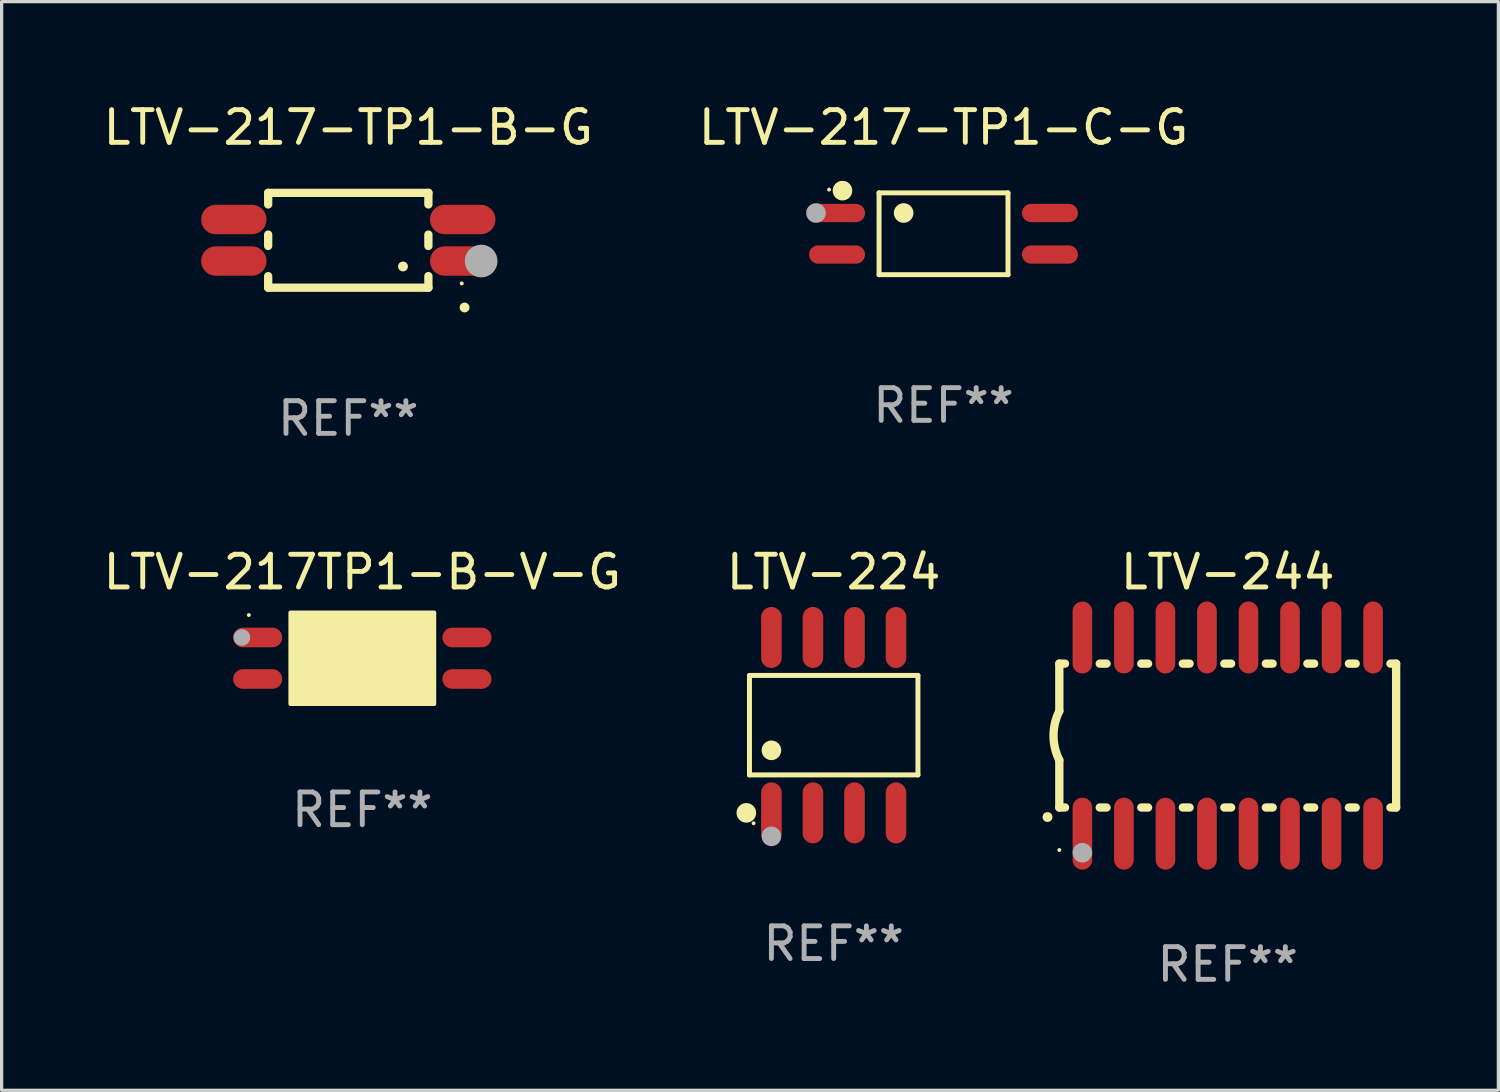
<source format=kicad_pcb>
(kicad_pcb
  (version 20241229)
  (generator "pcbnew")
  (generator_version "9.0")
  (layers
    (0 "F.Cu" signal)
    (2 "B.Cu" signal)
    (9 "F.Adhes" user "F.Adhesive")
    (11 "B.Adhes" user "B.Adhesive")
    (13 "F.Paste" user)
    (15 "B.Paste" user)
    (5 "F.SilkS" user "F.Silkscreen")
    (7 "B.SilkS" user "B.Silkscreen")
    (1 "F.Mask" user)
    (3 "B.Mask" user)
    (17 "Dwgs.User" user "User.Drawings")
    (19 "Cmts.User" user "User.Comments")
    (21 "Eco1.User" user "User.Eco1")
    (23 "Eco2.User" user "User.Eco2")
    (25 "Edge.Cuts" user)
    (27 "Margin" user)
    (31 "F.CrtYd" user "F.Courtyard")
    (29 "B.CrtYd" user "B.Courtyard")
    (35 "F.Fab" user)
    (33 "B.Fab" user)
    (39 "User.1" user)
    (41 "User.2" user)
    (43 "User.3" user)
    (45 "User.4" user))
  (footprint "LTV-217-TP1-B-G"
    (layer "F.Cu")
    (at 7.601 4.298)
    (property "Reference" "LTV-217-TP1-B-G" (at 0 -3.45 0) (layer "F.SilkS") (effects (font (size 1 1) (thickness 0.15))))
    (attr through_hole)
    (fp_line (start -2.45 -1.45) (end 2.45 -1.45) (stroke (width 0.254) (type solid)) (layer "F.SilkS"))
    (fp_line (start -2.45 -1.097) (end -2.45 -1.45) (stroke (width 0.254) (type solid)) (layer "F.SilkS"))
    (fp_line (start -2.45 0.173) (end -2.45 -0.173) (stroke (width 0.254) (type solid)) (layer "F.SilkS"))
    (fp_line (start -2.45 1.45) (end -2.45 1.097) (stroke (width 0.254) (type solid)) (layer "F.SilkS"))
    (fp_line (start -2.45 1.45) (end 2.45 1.45) (stroke (width 0.254) (type solid)) (layer "F.SilkS"))
    (fp_line (start 2.45 -1.096) (end 2.45 -1.45) (stroke (width 0.254) (type solid)) (layer "F.SilkS"))
    (fp_line (start 2.45 0.174) (end 2.45 -0.174) (stroke (width 0.254) (type solid)) (layer "F.SilkS"))
    (fp_line (start 2.45 1.45) (end 2.45 1.096) (stroke (width 0.254) (type solid)) (layer "F.SilkS"))
    (fp_arc (start 1.671882 0.801372) (mid 1.673152 0.801367) (end 1.674422 0.801372) (stroke (width 0.3) (type solid)) (layer "F.SilkS"))
    (fp_arc (start 3.554737 2.054991) (mid 3.556007 2.054986) (end 3.557277 2.054991) (stroke (width 0.3) (type solid)) (layer "F.SilkS"))
    (fp_circle (center 3.47 1.32) (end 3.5 1.32) (stroke (width 0.06) (type solid)) (fill no) (layer "F.SilkS"))
    (fp_circle (center 4.064 0.635) (end 4.314 0.635) (stroke (width 0.5) (type solid)) (fill no) (layer "F.Fab"))
    (fp_text user "REF**" (at 0 5.45 0) (layer "F.Fab") (effects (font (size 1 1) (thickness 0.15))))
    (pad "1" smd oval (at 3.5 0.635 270) (size 0.9 2) (layers "F.Cu" "F.Mask" "F.Paste"))
    (pad "2" smd oval (at 3.5 -0.635 270) (size 0.9 2) (layers "F.Cu" "F.Mask" "F.Paste"))
    (pad "3" smd oval (at -3.5 -0.635 270) (size 0.9 2) (layers "F.Cu" "F.Mask" "F.Paste"))
    (pad "4" smd oval (at -3.5 0.635 270) (size 0.9 2) (layers "F.Cu" "F.Mask" "F.Paste")))
  (footprint "LTV-217TP1-B-V-G"
    (layer "F.Cu")
    (at 8.03 17.08)
    (property "Reference" "LTV-217TP1-B-V-G" (at 0 -2.635 0) (layer "F.SilkS") (effects (font (size 1 1) (thickness 0.15))))
    (attr through_hole)
    (fp_arc (start -0.850241 -0.924663) (mid -0.847701 -0.924679) (end -0.845161 -0.924663) (stroke (width 0.4) (type solid)) (layer "F.SilkS"))
    (fp_circle (center -3.47 -1.32) (end -3.44 -1.32) (stroke (width 0.06) (type solid)) (fill no) (layer "F.SilkS"))
    (fp_poly (pts (xy -2.2 -1.4) (xy 2.2 -1.4) (xy 2.2 1.4) (xy -2.2 1.4)) (stroke (width 0.12) (type solid)) (fill yes) (layer "F.SilkS"))
    (fp_circle (center -3.683 -0.635) (end -3.556 -0.635) (stroke (width 0.254) (type solid)) (fill no) (layer "F.Fab"))
    (fp_text user "REF**" (at 0 4.635 0) (layer "F.Fab") (effects (font (size 1 1) (thickness 0.15))))
    (pad "1" smd oval (at -3.2 -0.635 90) (size 0.6 1.5) (layers "F.Cu" "F.Mask" "F.Paste"))
    (pad "2" smd oval (at -3.2 0.635 90) (size 0.6 1.5) (layers "F.Cu" "F.Mask" "F.Paste"))
    (pad "3" smd oval (at 3.2 0.635 90) (size 0.6 1.5) (layers "F.Cu" "F.Mask" "F.Paste"))
    (pad "4" smd oval (at 3.2 -0.635 90) (size 0.6 1.5) (layers "F.Cu" "F.Mask" "F.Paste")))
  (footprint "LTV-217-TP1-C-G"
    (layer "F.Cu")
    (at 25.804 4.099)
    (property "Reference" "LTV-217-TP1-C-G" (at 0 -3.251 0) (layer "F.SilkS") (effects (font (size 1 1) (thickness 0.15))))
    (attr through_hole)
    (fp_line (start -1.971 -1.251) (end 1.972 -1.251) (stroke (width 0.152) (type solid)) (layer "F.SilkS"))
    (fp_line (start -1.971 1.251) (end -1.971 -1.251) (stroke (width 0.152) (type solid)) (layer "F.SilkS"))
    (fp_line (start 1.972 -1.251) (end 1.972 1.251) (stroke (width 0.152) (type solid)) (layer "F.SilkS"))
    (fp_line (start 1.972 1.251) (end -1.971 1.251) (stroke (width 0.152) (type solid)) (layer "F.SilkS"))
    (fp_circle (center -3.5 -1.35) (end -3.47 -1.35) (stroke (width 0.06) (type solid)) (fill no) (layer "F.SilkS"))
    (fp_circle (center -3.09 -1.319) (end -2.94 -1.319) (stroke (width 0.3) (type solid)) (fill no) (layer "F.SilkS"))
    (fp_circle (center -1.219 -0.635) (end -1.069 -0.635) (stroke (width 0.3) (type solid)) (fill no) (layer "F.SilkS"))
    (fp_circle (center -3.9 -0.635) (end -3.75 -0.635) (stroke (width 0.3) (type solid)) (fill no) (layer "F.Fab"))
    (fp_text user "REF**" (at 0 5.251 0) (layer "F.Fab") (effects (font (size 1 1) (thickness 0.15))))
    (pad "1" smd oval (at -3.255 -0.635 270) (size 0.56 1.71) (layers "F.Cu" "F.Mask" "F.Paste"))
    (pad "2" smd oval (at -3.255 0.635 270) (size 0.56 1.71) (layers "F.Cu" "F.Mask" "F.Paste"))
    (pad "3" smd oval (at 3.255 0.635 270) (size 0.56 1.71) (layers "F.Cu" "F.Mask" "F.Paste"))
    (pad "4" smd oval (at 3.255 -0.635 270) (size 0.56 1.71) (layers "F.Cu" "F.Mask" "F.Paste")))
  (footprint "LTV-244"
    (layer "F.Cu")
    (at 34.496 19.445)
    (property "Reference" "LTV-244" (at 0 -5 0) (layer "F.SilkS") (effects (font (size 1 1) (thickness 0.15))))
    (attr through_hole)
    (fp_line (start -5.15 -2.2) (end -5.15 -0.75) (stroke (width 0.254) (type solid)) (layer "F.SilkS"))
    (fp_line (start -5.15 -2.2) (end -4.976 -2.2) (stroke (width 0.254) (type solid)) (layer "F.SilkS"))
    (fp_line (start -5.15 2.2) (end -5.15 0.75) (stroke (width 0.254) (type solid)) (layer "F.SilkS"))
    (fp_line (start -5.15 2.2) (end -4.976 2.2) (stroke (width 0.254) (type solid)) (layer "F.SilkS"))
    (fp_line (start -3.914 -2.2) (end -3.706 -2.2) (stroke (width 0.254) (type solid)) (layer "F.SilkS"))
    (fp_line (start -3.914 2.2) (end -3.706 2.2) (stroke (width 0.254) (type solid)) (layer "F.SilkS"))
    (fp_line (start -2.644 -2.2) (end -2.436 -2.2) (stroke (width 0.254) (type solid)) (layer "F.SilkS"))
    (fp_line (start -2.644 2.2) (end -2.436 2.2) (stroke (width 0.254) (type solid)) (layer "F.SilkS"))
    (fp_line (start -1.374 -2.2) (end -1.166 -2.2) (stroke (width 0.254) (type solid)) (layer "F.SilkS"))
    (fp_line (start -1.374 2.2) (end -1.166 2.2) (stroke (width 0.254) (type solid)) (layer "F.SilkS"))
    (fp_line (start -0.104 -2.2) (end 0.104 -2.2) (stroke (width 0.254) (type solid)) (layer "F.SilkS"))
    (fp_line (start -0.104 2.2) (end 0.104 2.2) (stroke (width 0.254) (type solid)) (layer "F.SilkS"))
    (fp_line (start 1.166 -2.2) (end 1.374 -2.2) (stroke (width 0.254) (type solid)) (layer "F.SilkS"))
    (fp_line (start 1.166 2.2) (end 1.374 2.2) (stroke (width 0.254) (type solid)) (layer "F.SilkS"))
    (fp_line (start 2.436 -2.2) (end 2.644 -2.2) (stroke (width 0.254) (type solid)) (layer "F.SilkS"))
    (fp_line (start 2.436 2.2) (end 2.644 2.2) (stroke (width 0.254) (type solid)) (layer "F.SilkS"))
    (fp_line (start 3.706 -2.2) (end 3.914 -2.2) (stroke (width 0.254) (type solid)) (layer "F.SilkS"))
    (fp_line (start 3.706 2.2) (end 3.914 2.2) (stroke (width 0.254) (type solid)) (layer "F.SilkS"))
    (fp_line (start 4.976 -2.2) (end 5.15 -2.2) (stroke (width 0.254) (type solid)) (layer "F.SilkS"))
    (fp_line (start 4.976 2.2) (end 5.15 2.2) (stroke (width 0.254) (type solid)) (layer "F.SilkS"))
    (fp_line (start 5.15 2.2) (end 5.15 -2.2) (stroke (width 0.254) (type solid)) (layer "F.SilkS"))
    (fp_arc (start -5.513081 2.491618) (mid -5.511811 2.491613) (end -5.510541 2.491618) (stroke (width 0.3) (type solid)) (layer "F.SilkS"))
    (fp_arc (start -5.15047 0.751207) (mid -5.327506 0.000556) (end -5.150013 -0.749987) (stroke (width 0.254001) (type solid)) (layer "F.SilkS"))
    (fp_circle (center -5.15 3.5) (end -5.12 3.5) (stroke (width 0.06) (type solid)) (fill no) (layer "F.SilkS"))
    (fp_circle (center -4.445 3.582) (end -4.295 3.582) (stroke (width 0.3) (type solid)) (fill no) (layer "F.Fab"))
    (fp_text user "REF**" (at 0 7 0) (layer "F.Fab") (effects (font (size 1 1) (thickness 0.15))))
    (pad "1" smd oval (at -4.445 3 180) (size 0.6 2.2) (layers "F.Cu" "F.Mask" "F.Paste"))
    (pad "2" smd oval (at -3.175 3 180) (size 0.6 2.2) (layers "F.Cu" "F.Mask" "F.Paste"))
    (pad "3" smd oval (at -1.905 3 180) (size 0.6 2.2) (layers "F.Cu" "F.Mask" "F.Paste"))
    (pad "4" smd oval (at -0.635 3 180) (size 0.6 2.2) (layers "F.Cu" "F.Mask" "F.Paste"))
    (pad "5" smd oval (at 0.635 3 180) (size 0.6 2.2) (layers "F.Cu" "F.Mask" "F.Paste"))
    (pad "6" smd oval (at 1.905 3 180) (size 0.6 2.2) (layers "F.Cu" "F.Mask" "F.Paste"))
    (pad "7" smd oval (at 3.175 3 180) (size 0.6 2.2) (layers "F.Cu" "F.Mask" "F.Paste"))
    (pad "8" smd oval (at 4.445 3 180) (size 0.6 2.2) (layers "F.Cu" "F.Mask" "F.Paste"))
    (pad "9" smd oval (at 4.445 -3 180) (size 0.6 2.2) (layers "F.Cu" "F.Mask" "F.Paste"))
    (pad "10" smd oval (at 3.175 -3 180) (size 0.6 2.2) (layers "F.Cu" "F.Mask" "F.Paste"))
    (pad "11" smd oval (at 1.905 -3 180) (size 0.6 2.2) (layers "F.Cu" "F.Mask" "F.Paste"))
    (pad "12" smd oval (at 0.635 -3 180) (size 0.6 2.2) (layers "F.Cu" "F.Mask" "F.Paste"))
    (pad "13" smd oval (at -0.635 -3 180) (size 0.6 2.2) (layers "F.Cu" "F.Mask" "F.Paste"))
    (pad "14" smd oval (at -1.905 -3 180) (size 0.6 2.2) (layers "F.Cu" "F.Mask" "F.Paste"))
    (pad "15" smd oval (at -3.175 -3 180) (size 0.6 2.2) (layers "F.Cu" "F.Mask" "F.Paste"))
    (pad "16" smd oval (at -4.445 -3 180) (size 0.6 2.2) (layers "F.Cu" "F.Mask" "F.Paste")))
  (footprint "LTV-224"
    (layer "F.Cu")
    (at 22.446 19.127)
    (property "Reference" "LTV-224" (at 0 -4.682 0) (layer "F.SilkS") (effects (font (size 1 1) (thickness 0.15))))
    (attr through_hole)
    (fp_line (start -2.576 -1.521) (end 2.576 -1.521) (stroke (width 0.152) (type solid)) (layer "F.SilkS"))
    (fp_line (start -2.576 1.521) (end -2.576 -1.521) (stroke (width 0.152) (type solid)) (layer "F.SilkS"))
    (fp_line (start 2.576 -1.521) (end 2.576 1.521) (stroke (width 0.152) (type solid)) (layer "F.SilkS"))
    (fp_line (start 2.576 1.521) (end -2.576 1.521) (stroke (width 0.152) (type solid)) (layer "F.SilkS"))
    (fp_circle (center -2.672 2.682) (end -2.522 2.682) (stroke (width 0.3) (type solid)) (fill no) (layer "F.SilkS"))
    (fp_circle (center -2.45 3) (end -2.42 3) (stroke (width 0.06) (type solid)) (fill no) (layer "F.SilkS"))
    (fp_circle (center -1.905 0.769) (end -1.755 0.769) (stroke (width 0.3) (type solid)) (fill no) (layer "F.SilkS"))
    (fp_circle (center -1.905 3.4) (end -1.755 3.4) (stroke (width 0.3) (type solid)) (fill no) (layer "F.Fab"))
    (fp_text user "REF**" (at 0 6.682 0) (layer "F.Fab") (effects (font (size 1 1) (thickness 0.15))))
    (pad "1" smd oval (at -1.905 2.682) (size 0.63 1.865) (layers "F.Cu" "F.Mask" "F.Paste"))
    (pad "2" smd oval (at -0.635 2.682) (size 0.63 1.865) (layers "F.Cu" "F.Mask" "F.Paste"))
    (pad "3" smd oval (at 0.635 2.682) (size 0.63 1.865) (layers "F.Cu" "F.Mask" "F.Paste"))
    (pad "4" smd oval (at 1.905 2.682) (size 0.63 1.865) (layers "F.Cu" "F.Mask" "F.Paste"))
    (pad "5" smd oval (at 1.905 -2.682) (size 0.63 1.865) (layers "F.Cu" "F.Mask" "F.Paste"))
    (pad "6" smd oval (at 0.635 -2.682) (size 0.63 1.865) (layers "F.Cu" "F.Mask" "F.Paste"))
    (pad "7" smd oval (at -0.635 -2.682) (size 0.63 1.865) (layers "F.Cu" "F.Mask" "F.Paste"))
    (pad "8" smd oval (at -1.905 -2.682) (size 0.63 1.865) (layers "F.Cu" "F.Mask" "F.Paste")))
  (gr_rect
    (start -3 -3)
    (end 42.773 30.293)
    (stroke (width 0.1) (type default))
    (fill no)
    (layer "Edge.Cuts")))
</source>
